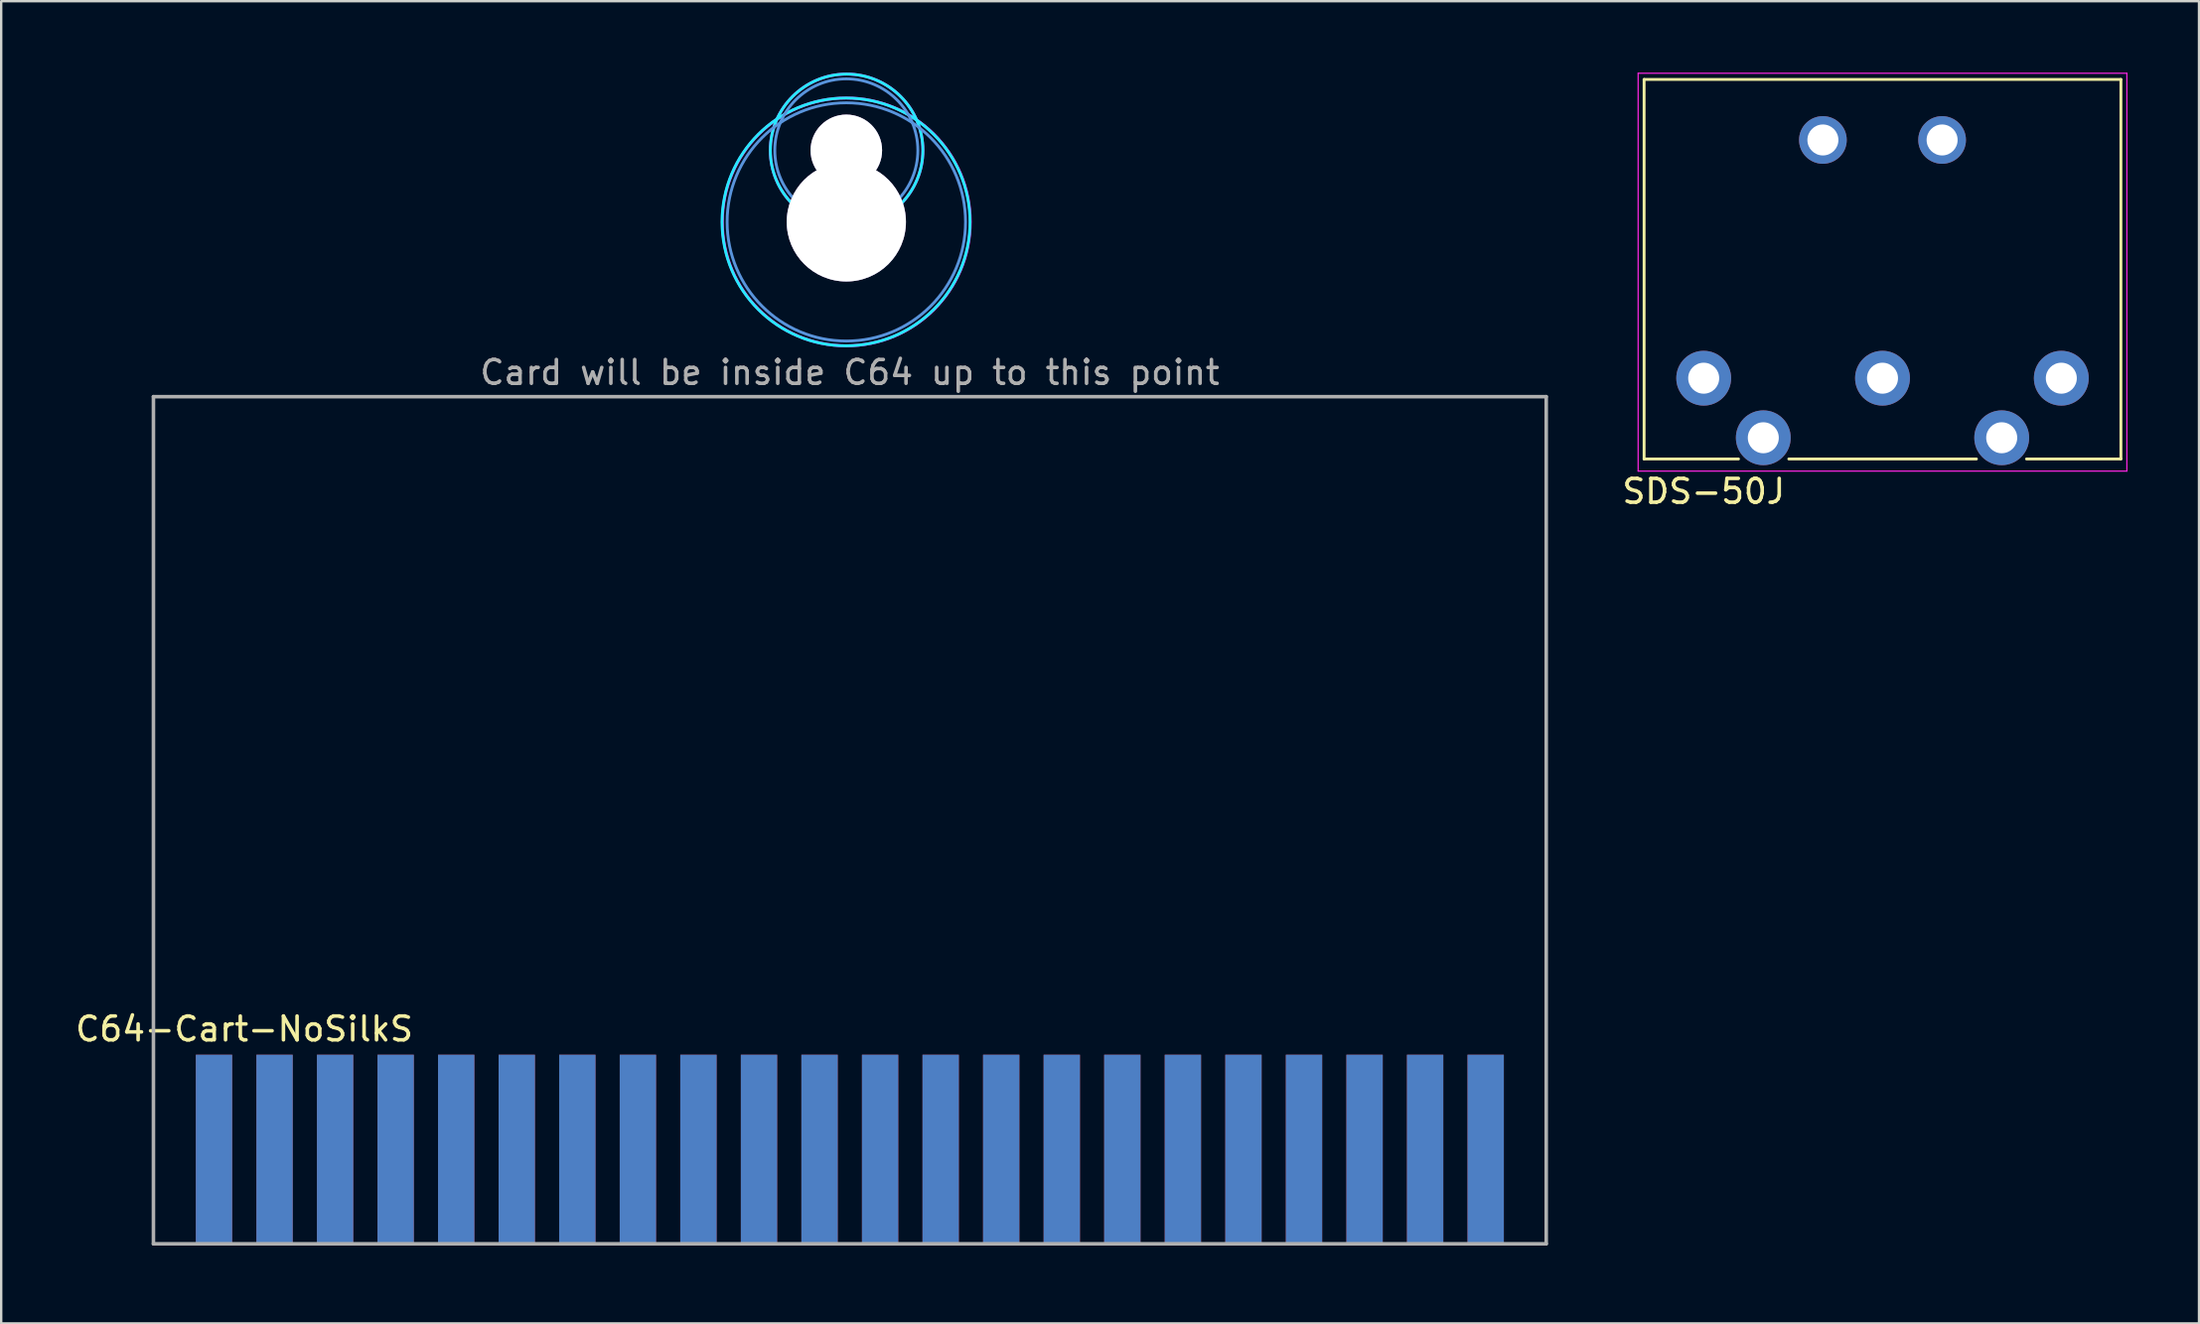
<source format=kicad_pcb>
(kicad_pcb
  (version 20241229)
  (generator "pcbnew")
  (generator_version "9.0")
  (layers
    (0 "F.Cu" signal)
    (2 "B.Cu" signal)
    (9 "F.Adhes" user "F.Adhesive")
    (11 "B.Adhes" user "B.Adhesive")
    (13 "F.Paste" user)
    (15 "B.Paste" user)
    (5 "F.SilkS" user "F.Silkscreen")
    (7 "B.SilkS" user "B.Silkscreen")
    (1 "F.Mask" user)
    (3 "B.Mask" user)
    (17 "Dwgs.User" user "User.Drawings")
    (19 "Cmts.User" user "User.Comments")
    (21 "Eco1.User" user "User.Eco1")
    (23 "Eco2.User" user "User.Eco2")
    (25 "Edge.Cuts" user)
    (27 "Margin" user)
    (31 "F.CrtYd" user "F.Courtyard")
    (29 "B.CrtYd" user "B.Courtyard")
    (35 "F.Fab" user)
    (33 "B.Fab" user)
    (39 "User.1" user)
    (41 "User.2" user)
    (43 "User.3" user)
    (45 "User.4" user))
  (footprint "C64-Cart-NoSilkS"
    (layer "F.Cu")
    (at 3.386 49.16)
    (property "Reference" "C64-Cart-NoSilkS" (at 3.81 -9.018 0) (layer "F.SilkS") (effects (font (size 1 1) (thickness 0.15))))
    (attr through_hole)
    (fp_circle (center 29.063 -45.9) (end 32.063 -45.9) (stroke (width 0.12) (type solid)) (fill no) (layer "Cmts.User"))
    (fp_circle (center 29.063 -42.895) (end 34.063 -42.895) (stroke (width 0.12) (type solid)) (fill no) (layer "Cmts.User"))
    (fp_circle (center 29.05 -42.895) (end 34.25 -42.895) (stroke (width 0.12) (type solid)) (fill no) (layer "B.CrtYd"))
    (fp_circle (center 29.075 -45.9) (end 32.275 -45.9) (stroke (width 0.12) (type solid)) (fill no) (layer "B.CrtYd"))
    (fp_circle (center 29.063 -42.895) (end 34.263 -42.895) (stroke (width 0.12) (type solid)) (fill no) (layer "F.CrtYd"))
    (fp_circle (center 29.075 -45.9) (end 32.275 -45.9) (stroke (width 0.12) (type solid)) (fill no) (layer "F.CrtYd"))
    (fp_line (start 0 -35.56) (end 0 0) (stroke (width 0.15) (type solid)) (layer "F.Fab"))
    (fp_line (start 0 0) (end 58.42 0) (stroke (width 0.15) (type solid)) (layer "F.Fab"))
    (fp_line (start 58.42 -35.56) (end 0 -35.56) (stroke (width 0.15) (type solid)) (layer "F.Fab"))
    (fp_line (start 58.42 0) (end 58.42 -35.56) (stroke (width 0.15) (type solid)) (layer "F.Fab"))
    (fp_text user "Card will be inside C64 up to this point" (at 29.21 -36.576 0) (layer "F.Fab") (effects (font (size 1 1) (thickness 0.15))))
    (pad "" smd rect (at 29.21 -3.81 180) (size 58.42 8.3) (layers "F.Mask"))
    (pad "" smd rect (at 29.21 -3.81 180) (size 58.42 8.3) (layers "B.Mask"))
    (pad "1" smd rect (at 2.54 -3.938 180) (size 1.524 8) (layers "F.Cu" "F.Mask"))
    (pad "2" smd rect (at 5.08 -3.938 180) (size 1.524 8) (layers "F.Cu" "F.Mask"))
    (pad "3" smd rect (at 7.62 -3.938 180) (size 1.524 8) (layers "F.Cu" "F.Mask"))
    (pad "4" smd rect (at 10.16 -3.938 180) (size 1.524 8) (layers "F.Cu" "F.Mask"))
    (pad "5" smd rect (at 12.7 -3.938 180) (size 1.524 8) (layers "F.Cu" "F.Mask"))
    (pad "6" smd rect (at 15.24 -3.938 180) (size 1.524 8) (layers "F.Cu" "F.Mask"))
    (pad "7" smd rect (at 17.78 -3.938 180) (size 1.524 8) (layers "F.Cu" "F.Mask"))
    (pad "8" smd rect (at 20.32 -3.938 180) (size 1.524 8) (layers "F.Cu" "F.Mask"))
    (pad "9" smd rect (at 22.86 -3.938 180) (size 1.524 8) (layers "F.Cu" "F.Mask"))
    (pad "10" smd rect (at 25.4 -3.938 180) (size 1.524 8) (layers "F.Cu" "F.Mask"))
    (pad "11" smd rect (at 27.94 -3.938 180) (size 1.524 8) (layers "F.Cu" "F.Mask"))
    (pad "12" smd rect (at 30.48 -3.938 180) (size 1.524 8) (layers "F.Cu" "F.Mask"))
    (pad "13" smd rect (at 33.02 -3.938 180) (size 1.524 8) (layers "F.Cu" "F.Mask"))
    (pad "14" smd rect (at 35.56 -3.938 180) (size 1.524 8) (layers "F.Cu" "F.Mask"))
    (pad "15" smd rect (at 38.1 -3.938 180) (size 1.524 8) (layers "F.Cu" "F.Mask"))
    (pad "16" smd rect (at 40.64 -3.938 180) (size 1.524 8) (layers "F.Cu" "F.Mask"))
    (pad "17" smd rect (at 43.18 -3.938 180) (size 1.524 8) (layers "F.Cu" "F.Mask"))
    (pad "18" smd rect (at 45.72 -3.938 180) (size 1.524 8) (layers "F.Cu" "F.Mask"))
    (pad "19" smd rect (at 48.26 -3.938 180) (size 1.524 8) (layers "F.Cu" "F.Mask"))
    (pad "20" smd rect (at 50.8 -3.938 180) (size 1.524 8) (layers "F.Cu" "F.Mask"))
    (pad "21" smd rect (at 53.34 -3.938 180) (size 1.524 8) (layers "F.Cu" "F.Mask"))
    (pad "22" smd rect (at 55.88 -3.938 180) (size 1.524 8) (layers "F.Cu" "F.Mask"))
    (pad "A" smd rect (at 2.54 -3.938) (size 1.524 8) (layers "B.Cu" "B.Mask"))
    (pad "B" smd rect (at 5.08 -3.938) (size 1.524 8) (layers "B.Cu" "B.Mask"))
    (pad "C" smd rect (at 7.62 -3.938) (size 1.524 8) (layers "B.Cu" "B.Mask"))
    (pad "D" smd rect (at 10.16 -3.938) (size 1.524 8) (layers "B.Cu" "B.Mask"))
    (pad "E" smd rect (at 12.7 -3.938) (size 1.524 8) (layers "B.Cu" "B.Mask"))
    (pad "F" smd rect (at 15.24 -3.938) (size 1.524 8) (layers "B.Cu" "B.Mask"))
    (pad "H" smd rect (at 17.78 -3.938) (size 1.524 8) (layers "B.Cu" "B.Mask"))
    (pad "J" smd rect (at 20.32 -3.938) (size 1.524 8) (layers "B.Cu" "B.Mask"))
    (pad "K" smd rect (at 22.86 -3.938) (size 1.524 8) (layers "B.Cu" "B.Mask"))
    (pad "L" smd rect (at 25.4 -3.938) (size 1.524 8) (layers "B.Cu" "B.Mask"))
    (pad "M" smd rect (at 27.94 -3.938) (size 1.524 8) (layers "B.Cu" "B.Mask"))
    (pad "N" smd rect (at 30.48 -3.938) (size 1.524 8) (layers "B.Cu" "B.Mask"))
    (pad "P" smd rect (at 33.02 -3.938) (size 1.524 8) (layers "B.Cu" "B.Mask"))
    (pad "R" smd rect (at 35.56 -3.938) (size 1.524 8) (layers "B.Cu" "B.Mask"))
    (pad "S" smd rect (at 38.1 -3.938) (size 1.524 8) (layers "B.Cu" "B.Mask"))
    (pad "T" smd rect (at 40.64 -3.938) (size 1.524 8) (layers "B.Cu" "B.Mask"))
    (pad "U" smd rect (at 43.18 -3.938) (size 1.524 8) (layers "B.Cu" "B.Mask"))
    (pad "V" smd rect (at 45.72 -3.938) (size 1.524 8) (layers "B.Cu" "B.Mask"))
    (pad "W" smd rect (at 48.26 -3.938) (size 1.524 8) (layers "B.Cu" "B.Mask"))
    (pad "X" thru_hole circle (at 29.063 -45.9) (size 3 3) (drill 3) (layers "*.Cu" "*.Mask"))
    (pad "X" thru_hole circle (at 29.063 -42.895) (size 5 5) (drill 5) (layers "*.Cu" "*.Mask"))
    (pad "X" smd rect (at 50.8 -3.938) (size 1.524 8) (layers "B.Cu" "B.Mask"))
    (pad "Y" smd rect (at 53.34 -3.938) (size 1.524 8) (layers "B.Cu" "B.Mask"))
    (pad "Z" smd rect (at 55.88 -3.938) (size 1.524 8) (layers "B.Cu" "B.Mask")))
  (footprint "SDS-50J"
    (layer "F.Cu")
    (at 68.411 12.825)
    (property "Reference" "SDS-50J" (at 0 4.75 0) (layer "F.SilkS") (effects (font (size 1 1) (thickness 0.15))))
    (attr through_hole)
    (fp_line (start -2.5 3.39) (end -2.5 -12.54) (stroke (width 0.12) (type solid)) (layer "F.SilkS"))
    (fp_line (start 1.46 3.39) (end -2.5 3.39) (stroke (width 0.12) (type solid)) (layer "F.SilkS"))
    (fp_line (start 11.44 3.39) (end 3.57 3.39) (stroke (width 0.12) (type solid)) (layer "F.SilkS"))
    (fp_line (start 17.5 -12.54) (end -2.5 -12.54) (stroke (width 0.12) (type solid)) (layer "F.SilkS"))
    (fp_line (start 17.5 3.39) (end 13.54 3.39) (stroke (width 0.12) (type solid)) (layer "F.SilkS"))
    (fp_line (start 17.5 3.39) (end 17.5 -12.54) (stroke (width 0.12) (type solid)) (layer "F.SilkS"))
    (fp_line (start -2.75 -12.8) (end -2.75 3.9) (stroke (width 0.05) (type solid)) (layer "F.CrtYd"))
    (fp_line (start 17.75 -12.8) (end -2.75 -12.8) (stroke (width 0.05) (type solid)) (layer "F.CrtYd"))
    (fp_line (start 17.75 3.9) (end -2.75 3.9) (stroke (width 0.05) (type solid)) (layer "F.CrtYd"))
    (fp_line (start 17.75 3.9) (end 17.75 -12.8) (stroke (width 0.05) (type solid)) (layer "F.CrtYd"))
    (pad "" thru_hole circle (at 5 -10) (size 2 2) (drill 1.3) (layers "*.Cu" "*.Mask"))
    (pad "" thru_hole circle (at 10 -10) (size 2 2) (drill 1.3) (layers "*.Cu" "*.Mask"))
    (pad "1" thru_hole circle (at 0 0) (size 2.3 2.3) (drill 1.3) (layers "*.Cu" "*.Mask"))
    (pad "2" thru_hole circle (at 7.5 0) (size 2.3 2.3) (drill 1.3) (layers "*.Cu" "*.Mask"))
    (pad "3" thru_hole circle (at 15 0) (size 2.3 2.3) (drill 1.3) (layers "*.Cu" "*.Mask"))
    (pad "4" thru_hole circle (at 2.5 2.5) (size 2.3 2.3) (drill 1.3) (layers "*.Cu" "*.Mask"))
    (pad "5" thru_hole circle (at 12.5 2.5) (size 2.3 2.3) (drill 1.3) (layers "*.Cu" "*.Mask")))
  (gr_rect
    (start -3 -3)
    (end 89.186 52.5)
    (stroke (width 0.1) (type default))
    (fill no)
    (layer "Edge.Cuts")))
</source>
